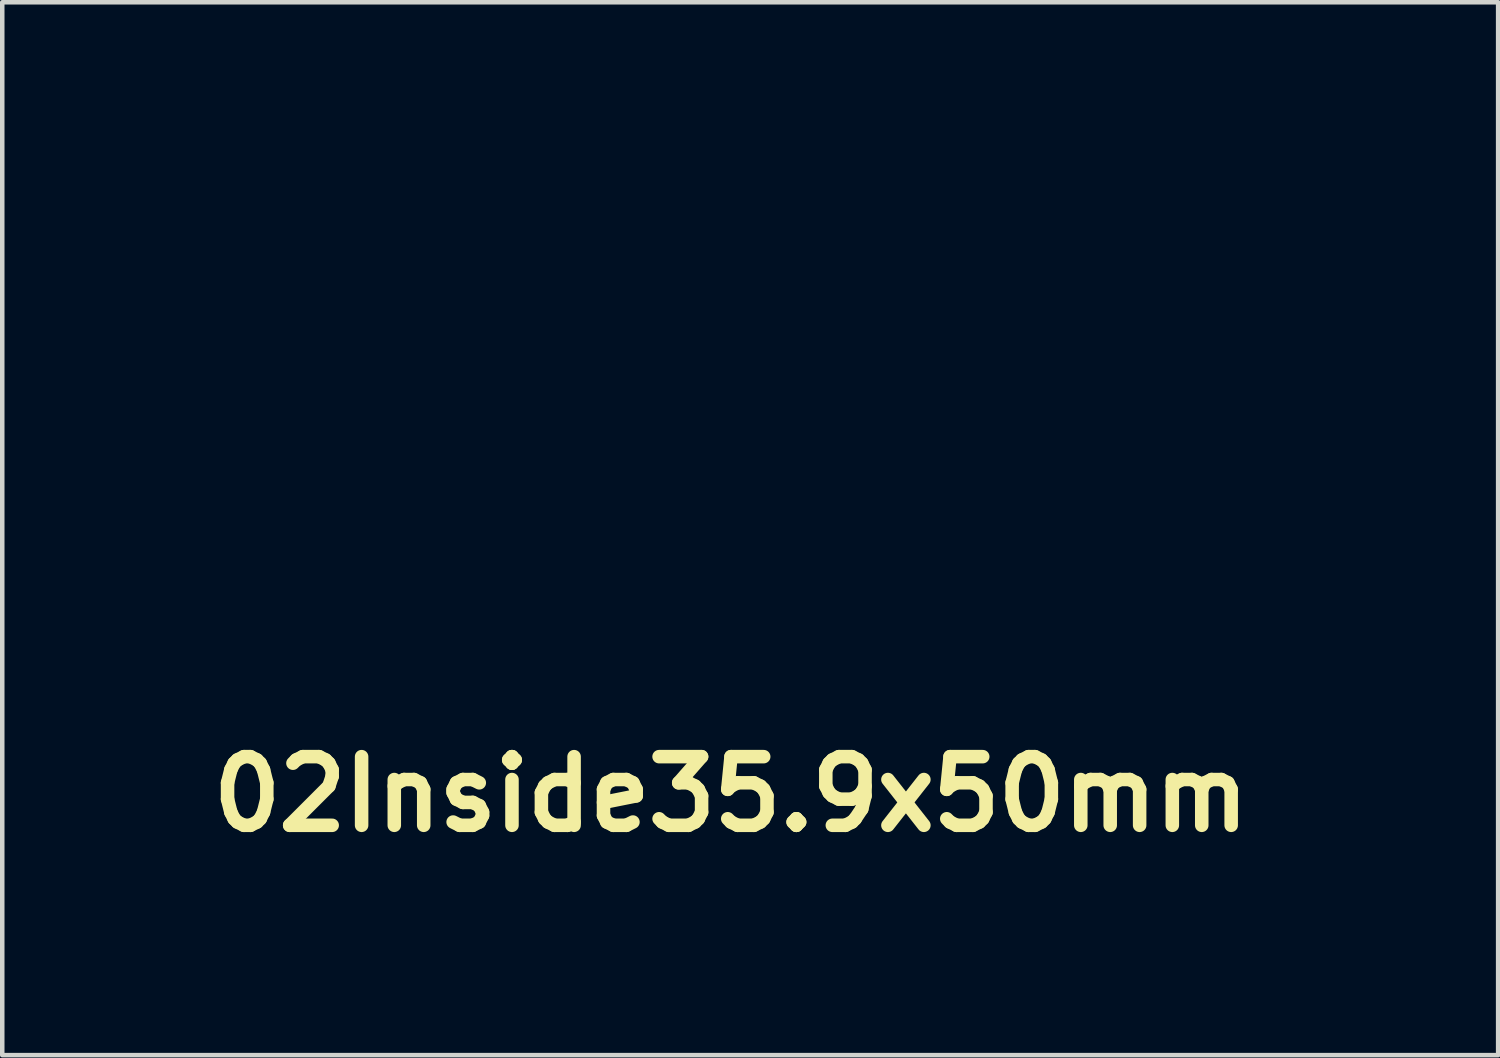
<source format=kicad_pcb>
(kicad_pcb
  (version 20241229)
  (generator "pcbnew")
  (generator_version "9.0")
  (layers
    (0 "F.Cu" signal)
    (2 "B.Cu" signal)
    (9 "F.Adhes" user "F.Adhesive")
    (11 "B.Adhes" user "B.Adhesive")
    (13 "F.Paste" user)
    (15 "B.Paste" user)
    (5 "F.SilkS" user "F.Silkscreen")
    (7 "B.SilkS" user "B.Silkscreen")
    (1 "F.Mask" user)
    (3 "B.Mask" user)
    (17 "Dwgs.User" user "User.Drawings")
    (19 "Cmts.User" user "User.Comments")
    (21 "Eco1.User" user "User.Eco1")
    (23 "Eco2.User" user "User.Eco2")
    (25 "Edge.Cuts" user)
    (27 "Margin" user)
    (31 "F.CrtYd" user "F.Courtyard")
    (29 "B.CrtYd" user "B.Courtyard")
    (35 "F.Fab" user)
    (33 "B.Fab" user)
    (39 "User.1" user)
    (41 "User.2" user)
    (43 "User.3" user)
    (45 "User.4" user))
  (footprint "02Inside35.9x50mm"
    (layer "F.Cu")
    (at 13.178 14.582)
    (property "Reference" "02Inside35.9x50mm" (at 0 0 0) (layer "F.SilkS") (effects (font (size 1.524 1.524) (thickness 0.3))))
    (attr board_only exclude_from_pos_files exclude_from_bom)
    (fp_poly (pts (xy 3.311 -14.509) (xy 4.023 -14.349) (xy 4.078 -14.331) (xy 4.339 -14.256) (xy 4.659 -14.177) (xy 4.828 -14.14) (xy 5.156 -14.041) (xy 5.491 -13.886) (xy 5.789 -13.702) (xy 6.003 -13.514) (xy 6.063 -13.429) (xy 6.187 -13.319) (xy 6.417 -13.283) (xy 6.437 -13.283) (xy 6.641 -13.27) (xy 6.772 -13.239) (xy 6.784 -13.231) (xy 6.76 -13.155) (xy 6.646 -13.009) (xy 6.494 -12.851) (xy 6.067 -12.378) (xy 5.709 -11.834) (xy 5.408 -11.2) (xy 5.157 -10.455) (xy 4.946 -9.579) (xy 4.931 -9.504) (xy 4.777 -8.786) (xy 4.62 -8.198) (xy 4.451 -7.711) (xy 4.257 -7.299) (xy 4.027 -6.937) (xy 3.75 -6.596) (xy 3.624 -6.461) (xy 3.363 -6.2) (xy 3.195 -6.062) (xy 3.118 -6.045) (xy 3.13 -6.151) (xy 3.228 -6.378) (xy 3.258 -6.439) (xy 3.426 -6.799) (xy 3.581 -7.191) (xy 3.729 -7.64) (xy 3.878 -8.17) (xy 4.036 -8.808) (xy 4.198 -9.515) (xy 4.316 -10.032) (xy 4.441 -10.549) (xy 4.563 -11.029) (xy 4.672 -11.429) (xy 4.747 -11.678) (xy 4.858 -12.017) (xy 4.926 -12.234) (xy 4.957 -12.358) (xy 4.956 -12.413) (xy 4.929 -12.428) (xy 4.895 -12.428) (xy 4.793 -12.352) (xy 4.669 -12.13) (xy 4.525 -11.767) (xy 4.365 -11.27) (xy 4.19 -10.647) (xy 4.059 -10.133) (xy 3.764 -9.036) (xy 3.435 -8.022) (xy 3.048 -7.02) (xy 2.716 -6.259) (xy 2.58 -5.984) (xy 2.478 -5.843) (xy 2.407 -5.841) (xy 2.362 -5.981) (xy 2.339 -6.268) (xy 2.333 -6.641) (xy 2.351 -7.191) (xy 2.407 -7.817) (xy 2.502 -8.536) (xy 2.639 -9.368) (xy 2.799 -10.214) (xy 2.945 -11.032) (xy 3.042 -11.746) (xy 3.089 -12.346) (xy 3.085 -12.82) (xy 3.048 -13.088) (xy 2.976 -13.399) (xy 2.92 -12.855) (xy 2.883 -12.566) (xy 2.825 -12.175) (xy 2.753 -11.731) (xy 2.675 -11.286) (xy 2.671 -11.263) (xy 2.583 -10.779) (xy 2.487 -10.255) (xy 2.397 -9.758) (xy 2.33 -9.385) (xy 2.264 -8.971) (xy 2.197 -8.467) (xy 2.137 -7.939) (xy 2.094 -7.482) (xy 2.044 -6.861) (xy 1.997 -6.312) (xy 1.956 -5.85) (xy 1.921 -5.49) (xy 1.895 -5.249) (xy 1.878 -5.14) (xy 1.875 -5.139) (xy 1.692 -6.072) (xy 1.555 -6.886) (xy 1.461 -7.61) (xy 1.409 -8.272) (xy 1.396 -8.902) (xy 1.421 -9.529) (xy 1.481 -10.181) (xy 1.515 -10.464) (xy 1.594 -11.226) (xy 1.611 -11.889) (xy 1.566 -12.502) (xy 1.455 -13.111) (xy 1.361 -13.476) (xy 1.275 -13.797) (xy 1.208 -14.069) (xy 1.17 -14.253) (xy 1.165 -14.299) (xy 1.201 -14.367) (xy 1.324 -14.424) (xy 1.559 -14.477) (xy 1.83 -14.522) (xy 2.556 -14.568)) (stroke (width 0) (type solid)) (fill yes) (layer "F.Mask"))
    (fp_poly (pts (xy 9.108 -11.397) (xy 9.217 -11.069) (xy 9.723 -11.046) (xy 10.23 -11.023) (xy 10.41 -10.64) (xy 10.523 -10.417) (xy 10.635 -10.283) (xy 10.792 -10.205) (xy 11.044 -10.147) (xy 11.128 -10.132) (xy 11.335 -10.072) (xy 11.438 -9.963) (xy 11.466 -9.875) (xy 11.547 -9.518) (xy 11.616 -9.283) (xy 11.698 -9.139) (xy 11.819 -9.058) (xy 12.005 -9.01) (xy 12.253 -8.97) (xy 12.429 -8.936) (xy 12.533 -8.879) (xy 12.575 -8.767) (xy 12.567 -8.568) (xy 12.52 -8.251) (xy 12.514 -8.218) (xy 12.454 -7.853) (xy 12.877 -7.681) (xy 13.222 -7.521) (xy 13.431 -7.368) (xy 13.521 -7.201) (xy 13.509 -7.001) (xy 13.498 -6.96) (xy 13.42 -6.706) (xy 12.906 -6.848) (xy 12.399 -6.946) (xy 11.835 -6.986) (xy 11.278 -6.967) (xy 10.789 -6.888) (xy 10.714 -6.867) (xy 10.383 -6.756) (xy 10.042 -6.61) (xy 9.665 -6.414) (xy 9.228 -6.156) (xy 8.706 -5.822) (xy 8.428 -5.638) (xy 8.036 -5.382) (xy 7.647 -5.139) (xy 7.298 -4.93) (xy 7.026 -4.778) (xy 6.952 -4.74) (xy 6.54 -4.587) (xy 6.039 -4.465) (xy 5.512 -4.386) (xy 5.025 -4.363) (xy 4.946 -4.366) (xy 4.719 -4.376) (xy 4.395 -4.389) (xy 4.03 -4.403) (xy 3.898 -4.408) (xy 3.557 -4.423) (xy 3.345 -4.444) (xy 3.234 -4.476) (xy 3.198 -4.526) (xy 3.2 -4.565) (xy 3.241 -4.624) (xy 3.355 -4.682) (xy 3.561 -4.748) (xy 3.878 -4.825) (xy 4.325 -4.921) (xy 4.438 -4.945) (xy 5.057 -5.08) (xy 5.557 -5.216) (xy 5.972 -5.369) (xy 6.337 -5.558) (xy 6.686 -5.798) (xy 7.055 -6.108) (xy 7.364 -6.396) (xy 7.89 -6.871) (xy 8.369 -7.242) (xy 8.839 -7.531) (xy 9.337 -7.764) (xy 9.671 -7.888) (xy 10.062 -8.033) (xy 10.305 -8.142) (xy 10.4 -8.212) (xy 10.35 -8.238) (xy 10.159 -8.217) (xy 9.828 -8.145) (xy 9.553 -8.073) (xy 8.975 -7.889) (xy 8.485 -7.674) (xy 8.035 -7.399) (xy 7.578 -7.037) (xy 7.282 -6.768) (xy 6.825 -6.354) (xy 6.433 -6.042) (xy 6.076 -5.809) (xy 5.723 -5.634) (xy 5.512 -5.553) (xy 5.329 -5.501) (xy 5.035 -5.433) (xy 4.666 -5.355) (xy 4.257 -5.274) (xy 3.842 -5.196) (xy 3.459 -5.129) (xy 3.142 -5.079) (xy 2.927 -5.053) (xy 2.876 -5.05) (xy 2.841 -5.078) (xy 2.924 -5.15) (xy 3.1 -5.254) (xy 3.343 -5.376) (xy 3.627 -5.503) (xy 3.927 -5.623) (xy 4.194 -5.716) (xy 4.986 -6.01) (xy 5.65 -6.358) (xy 6.208 -6.774) (xy 6.4 -6.955) (xy 6.732 -7.323) (xy 7.013 -7.718) (xy 7.255 -8.163) (xy 7.469 -8.683) (xy 7.664 -9.301) (xy 7.852 -10.042) (xy 7.918 -10.331) (xy 8.037 -10.795) (xy 8.172 -11.131) (xy 8.338 -11.367) (xy 8.553 -11.533) (xy 8.713 -11.61) (xy 8.998 -11.726)) (stroke (width 0) (type solid)) (fill yes) (layer "F.Mask"))
    (fp_poly (pts (xy -8.095 -11.624) (xy -7.929 -11.59) (xy -7.793 -11.535) (xy -7.677 -11.442) (xy -7.573 -11.294) (xy -7.471 -11.071) (xy -7.363 -10.757) (xy -7.239 -10.334) (xy -7.089 -9.785) (xy -7.029 -9.559) (xy -6.824 -8.852) (xy -6.612 -8.272) (xy -6.38 -7.792) (xy -6.115 -7.383) (xy -5.854 -7.073) (xy -5.351 -6.616) (xy -4.756 -6.238) (xy -4.042 -5.924) (xy -3.943 -5.888) (xy -3.659 -5.779) (xy -3.336 -5.641) (xy -3.002 -5.489) (xy -2.685 -5.336) (xy -2.414 -5.197) (xy -2.217 -5.084) (xy -2.124 -5.013) (xy -2.122 -4.998) (xy -2.21 -4.998) (xy -2.419 -5.028) (xy -2.721 -5.082) (xy -3.084 -5.153) (xy -3.481 -5.235) (xy -3.881 -5.323) (xy -4.255 -5.41) (xy -4.573 -5.489) (xy -4.805 -5.555) (xy -4.875 -5.579) (xy -5.244 -5.748) (xy -5.634 -5.989) (xy -6.069 -6.318) (xy -6.574 -6.753) (xy -6.58 -6.758) (xy -7.313 -7.337) (xy -8.06 -7.772) (xy -8.812 -8.056) (xy -8.889 -8.077) (xy -9.296 -8.174) (xy -9.57 -8.222) (xy -9.726 -8.222) (xy -9.776 -8.174) (xy -9.771 -8.146) (xy -9.688 -8.087) (xy -9.49 -8.004) (xy -9.215 -7.91) (xy -9.085 -7.872) (xy -8.592 -7.719) (xy -8.184 -7.557) (xy -7.823 -7.364) (xy -7.47 -7.117) (xy -7.085 -6.791) (xy -6.752 -6.48) (xy -6.231 -6.01) (xy -5.758 -5.652) (xy -5.299 -5.384) (xy -4.818 -5.189) (xy -4.28 -5.046) (xy -4.078 -5.006) (xy -3.701 -4.932) (xy -3.324 -4.849) (xy -3.014 -4.773) (xy -2.952 -4.756) (xy -2.524 -4.635) (xy -2.952 -4.527) (xy -3.339 -4.456) (xy -3.813 -4.408) (xy -4.326 -4.384) (xy -4.831 -4.385) (xy -5.279 -4.413) (xy -5.622 -4.468) (xy -5.624 -4.469) (xy -6.228 -4.672) (xy -6.826 -4.981) (xy -7.446 -5.411) (xy -7.718 -5.631) (xy -8.3 -6.073) (xy -8.895 -6.447) (xy -9.471 -6.732) (xy -9.992 -6.909) (xy -10.015 -6.915) (xy -10.268 -6.949) (xy -10.632 -6.968) (xy -11.063 -6.971) (xy -11.517 -6.96) (xy -11.951 -6.936) (xy -12.32 -6.899) (xy -12.525 -6.865) (xy -12.679 -6.849) (xy -12.734 -6.915) (xy -12.739 -6.987) (xy -12.7 -7.21) (xy -12.568 -7.389) (xy -12.316 -7.553) (xy -12.205 -7.608) (xy -11.943 -7.744) (xy -11.805 -7.869) (xy -11.765 -8.02) (xy -11.801 -8.236) (xy -11.804 -8.247) (xy -11.884 -8.571) (xy -11.925 -8.773) (xy -11.93 -8.882) (xy -11.9 -8.926) (xy -11.851 -8.933) (xy -11.712 -8.948) (xy -11.485 -8.988) (xy -11.349 -9.016) (xy -10.961 -9.099) (xy -10.866 -9.54) (xy -10.811 -9.783) (xy -10.767 -9.955) (xy -10.748 -10.011) (xy -10.665 -10.041) (xy -10.476 -10.088) (xy -10.281 -10.13) (xy -10.031 -10.185) (xy -9.886 -10.25) (xy -9.798 -10.364) (xy -9.721 -10.566) (xy -9.708 -10.605) (xy -9.578 -10.991) (xy -8.554 -10.991) (xy -8.459 -11.329) (xy -8.394 -11.536) (xy -8.324 -11.628) (xy -8.205 -11.64)) (stroke (width 0) (type solid)) (fill yes) (layer "F.Mask"))
    (fp_poly (pts (xy 11.289 -4.458) (xy 11.622 -4.402) (xy 11.919 -4.325) (xy 12.29 -4.208) (xy 12.697 -4.066) (xy 13.103 -3.913) (xy 13.471 -3.762) (xy 13.764 -3.627) (xy 13.942 -3.525) (xy 14.029 -3.438) (xy 14.013 -3.366) (xy 13.878 -3.297) (xy 13.61 -3.222) (xy 13.47 -3.19) (xy 13.24 -3.132) (xy 13.088 -3.082) (xy 13.05 -3.057) (xy 13.092 -2.98) (xy 13.203 -2.81) (xy 13.362 -2.581) (xy 13.404 -2.522) (xy 13.758 -2.025) (xy 13.368 -1.809) (xy 12.977 -1.592) (xy 13.022 -1.197) (xy 13.036 -0.959) (xy 12.995 -0.788) (xy 12.874 -0.644) (xy 12.646 -0.487) (xy 12.543 -0.424) (xy 12.458 -0.358) (xy 12.454 -0.272) (xy 12.529 -0.109) (xy 12.534 -0.098) (xy 12.619 0.085) (xy 12.66 0.211) (xy 12.661 0.22) (xy 12.594 0.282) (xy 12.419 0.373) (xy 12.188 0.469) (xy 11.938 0.575) (xy 11.752 0.678) (xy 11.675 0.749) (xy 11.676 0.878) (xy 11.722 1.091) (xy 11.76 1.216) (xy 11.832 1.43) (xy 11.877 1.571) (xy 11.884 1.601) (xy 11.816 1.624) (xy 11.641 1.657) (xy 11.535 1.674) (xy 11.341 1.709) (xy 11.234 1.763) (xy 11.202 1.872) (xy 11.234 2.067) (xy 11.302 2.33) (xy 11.364 2.565) (xy 11.406 2.728) (xy 11.417 2.777) (xy 11.391 2.791) (xy 11.292 2.777) (xy 11.092 2.729) (xy 10.875 2.672) (xy 10.438 2.518) (xy 10.023 2.286) (xy 9.613 1.965) (xy 9.192 1.537) (xy 8.743 0.991) (xy 8.368 0.478) (xy 7.981 -0.06) (xy 7.652 -0.487) (xy 7.359 -0.824) (xy 7.078 -1.095) (xy 6.786 -1.319) (xy 6.46 -1.518) (xy 6.078 -1.715) (xy 5.987 -1.759) (xy 5.396 -2.042) (xy 4.825 -2.321) (xy 4.29 -2.586) (xy 3.809 -2.83) (xy 3.4 -3.042) (xy 3.08 -3.214) (xy 2.868 -3.337) (xy 2.781 -3.398) (xy 2.782 -3.438) (xy 2.916 -3.401) (xy 3.184 -3.288) (xy 3.586 -3.098) (xy 3.991 -2.898) (xy 4.487 -2.669) (xy 4.972 -2.494) (xy 5.483 -2.364) (xy 6.059 -2.268) (xy 6.74 -2.199) (xy 6.964 -2.182) (xy 7.809 -2.101) (xy 8.524 -1.983) (xy 9.13 -1.823) (xy 9.649 -1.617) (xy 9.794 -1.544) (xy 10.059 -1.414) (xy 10.233 -1.351) (xy 10.304 -1.355) (xy 10.259 -1.426) (xy 10.104 -1.549) (xy 9.804 -1.73) (xy 9.407 -1.924) (xy 8.969 -2.106) (xy 8.543 -2.253) (xy 8.425 -2.287) (xy 8.174 -2.338) (xy 7.812 -2.391) (xy 7.383 -2.44) (xy 6.933 -2.479) (xy 6.835 -2.485) (xy 6.386 -2.521) (xy 5.948 -2.567) (xy 5.567 -2.618) (xy 5.287 -2.669) (xy 5.243 -2.679) (xy 5.007 -2.752) (xy 4.727 -2.855) (xy 4.437 -2.974) (xy 4.169 -3.094) (xy 3.958 -3.2) (xy 3.837 -3.277) (xy 3.824 -3.306) (xy 3.905 -3.296) (xy 4.1 -3.245) (xy 4.375 -3.164) (xy 4.567 -3.104) (xy 5.31 -2.918) (xy 5.985 -2.863) (xy 6.609 -2.942) (xy 7.199 -3.157) (xy 7.653 -3.422) (xy 8.004 -3.64) (xy 8.393 -3.834) (xy 8.859 -4.022) (xy 9.44 -4.219) (xy 9.466 -4.228) (xy 10.131 -4.404) (xy 10.725 -4.48)) (stroke (width 0) (type solid)) (fill yes) (layer "F.Mask"))
    (fp_poly (pts (xy -9.522 -4.372) (xy -9.038 -4.266) (xy -8.786 -4.177) (xy -8.432 -4.034) (xy -8.012 -3.854) (xy -7.563 -3.651) (xy -7.267 -3.512) (xy -6.82 -3.299) (xy -6.482 -3.143) (xy -6.223 -3.036) (xy -6.012 -2.966) (xy -5.818 -2.926) (xy -5.612 -2.903) (xy -5.362 -2.89) (xy -5.326 -2.888) (xy -4.938 -2.879) (xy -4.636 -2.899) (xy -4.352 -2.956) (xy -4.039 -3.051) (xy -3.719 -3.152) (xy -3.419 -3.237) (xy -3.2 -3.289) (xy -3.185 -3.292) (xy -3.062 -3.307) (xy -3.049 -3.287) (xy -3.157 -3.221) (xy -3.384 -3.106) (xy -3.809 -2.931) (xy -4.328 -2.782) (xy -4.956 -2.655) (xy -5.71 -2.547) (xy -6.564 -2.459) (xy -7.183 -2.397) (xy -7.67 -2.332) (xy -8.045 -2.26) (xy -8.331 -2.177) (xy -8.351 -2.17) (xy -8.628 -2.051) (xy -8.936 -1.894) (xy -9.234 -1.721) (xy -9.484 -1.557) (xy -9.647 -1.424) (xy -9.679 -1.385) (xy -9.705 -1.292) (xy -9.619 -1.275) (xy -9.415 -1.335) (xy -9.085 -1.474) (xy -8.952 -1.536) (xy -8.473 -1.749) (xy -8.053 -1.906) (xy -7.646 -2.018) (xy -7.204 -2.095) (xy -6.681 -2.151) (xy -6.331 -2.176) (xy -5.377 -2.273) (xy -4.534 -2.437) (xy -3.769 -2.677) (xy -3.048 -3.002) (xy -2.706 -3.192) (xy -2.45 -3.336) (xy -2.218 -3.453) (xy -2.098 -3.504) (xy -2.003 -3.528) (xy -2.009 -3.49) (xy -2.125 -3.376) (xy -2.206 -3.302) (xy -2.472 -3.104) (xy -2.847 -2.875) (xy -3.295 -2.636) (xy -3.778 -2.405) (xy -4.257 -2.201) (xy -4.632 -2.065) (xy -5.225 -1.838) (xy -5.751 -1.563) (xy -6.233 -1.219) (xy -6.695 -0.786) (xy -7.163 -0.245) (xy -7.62 0.369) (xy -7.87 0.717) (xy -8.111 1.044) (xy -8.317 1.316) (xy -8.463 1.498) (xy -8.478 1.516) (xy -8.693 1.721) (xy -8.991 1.956) (xy -9.334 2.195) (xy -9.687 2.416) (xy -10.01 2.593) (xy -10.267 2.702) (xy -10.338 2.72) (xy -10.532 2.748) (xy -10.618 2.723) (xy -10.638 2.622) (xy -10.638 2.572) (xy -10.621 2.363) (xy -10.583 2.102) (xy -10.572 2.045) (xy -10.55 1.832) (xy -10.603 1.708) (xy -10.758 1.649) (xy -11.04 1.632) (xy -11.048 1.632) (xy -11.261 1.631) (xy -11.066 1.19) (xy -10.961 0.931) (xy -10.927 0.777) (xy -10.957 0.696) (xy -10.97 0.687) (xy -11.088 0.629) (xy -11.117 0.623) (xy -11.209 0.593) (xy -11.398 0.517) (xy -11.602 0.428) (xy -12.039 0.235) (xy -11.884 -0.018) (xy -11.784 -0.196) (xy -11.732 -0.316) (xy -11.729 -0.329) (xy -11.789 -0.4) (xy -11.943 -0.516) (xy -12.059 -0.592) (xy -12.254 -0.714) (xy -12.385 -0.799) (xy -12.415 -0.82) (xy -12.401 -0.896) (xy -12.338 -1.069) (xy -12.278 -1.211) (xy -12.19 -1.416) (xy -12.166 -1.548) (xy -12.225 -1.648) (xy -12.384 -1.752) (xy -12.598 -1.866) (xy -12.789 -1.98) (xy -12.916 -2.077) (xy -12.933 -2.098) (xy -12.914 -2.194) (xy -12.814 -2.37) (xy -12.659 -2.584) (xy -12.336 -2.99) (xy -12.712 -3.164) (xy -12.939 -3.268) (xy -13.11 -3.345) (xy -13.166 -3.369) (xy -13.178 -3.427) (xy -13.071 -3.528) (xy -12.869 -3.66) (xy -12.597 -3.809) (xy -12.282 -3.962) (xy -11.947 -4.106) (xy -11.619 -4.228) (xy -11.368 -4.304) (xy -10.788 -4.402) (xy -10.15 -4.425)) (stroke (width 0) (type solid)) (fill yes) (layer "F.Mask"))
    (fp_poly (pts (xy -1.651 -14.58) (xy -1.369 -14.548) (xy -1.25 -14.529) (xy -0.957 -14.478) (xy -0.719 -14.431) (xy -0.581 -14.397) (xy -0.574 -14.395) (xy -0.523 -14.349) (xy -0.507 -14.25) (xy -0.527 -14.075) (xy -0.588 -13.804) (xy -0.692 -13.414) (xy -0.748 -13.216) (xy -0.895 -12.454) (xy -0.93 -11.627) (xy -0.852 -10.778) (xy -0.806 -10.525) (xy -0.697 -9.695) (xy -0.682 -8.776) (xy -0.76 -7.802) (xy -0.876 -7.069) (xy -0.958 -6.635) (xy -1.035 -6.21) (xy -1.099 -5.84) (xy -1.142 -5.572) (xy -1.144 -5.554) (xy -1.182 -5.308) (xy -1.21 -5.199) (xy -1.237 -5.213) (xy -1.269 -5.321) (xy -1.291 -5.471) (xy -1.317 -5.747) (xy -1.345 -6.12) (xy -1.372 -6.561) (xy -1.395 -7.03) (xy -1.43 -7.68) (xy -1.476 -8.235) (xy -1.538 -8.757) (xy -1.626 -9.304) (xy -1.745 -9.939) (xy -1.746 -9.943) (xy -1.857 -10.549) (xy -1.957 -11.18) (xy -2.038 -11.781) (xy -2.093 -12.299) (xy -2.102 -12.421) (xy -2.131 -12.807) (xy -2.161 -13.134) (xy -2.187 -13.372) (xy -2.207 -13.492) (xy -2.211 -13.5) (xy -2.263 -13.464) (xy -2.338 -13.326) (xy -2.343 -13.313) (xy -2.411 -13.033) (xy -2.439 -12.633) (xy -2.426 -12.14) (xy -2.376 -11.584) (xy -2.29 -10.994) (xy -2.189 -10.486) (xy -2.094 -10.045) (xy -2.014 -9.628) (xy -1.945 -9.204) (xy -1.883 -8.744) (xy -1.823 -8.215) (xy -1.761 -7.589) (xy -1.703 -6.941) (xy -1.664 -6.435) (xy -1.651 -6.075) (xy -1.668 -5.857) (xy -1.717 -5.774) (xy -1.802 -5.818) (xy -1.926 -5.984) (xy -2.075 -6.233) (xy -2.212 -6.483) (xy -2.331 -6.726) (xy -2.441 -6.984) (xy -2.548 -7.279) (xy -2.659 -7.633) (xy -2.781 -8.067) (xy -2.922 -8.604) (xy -3.089 -9.264) (xy -3.135 -9.448) (xy -3.287 -10.033) (xy -3.442 -10.582) (xy -3.593 -11.079) (xy -3.736 -11.505) (xy -3.862 -11.843) (xy -3.968 -12.075) (xy -4.046 -12.184) (xy -4.076 -12.184) (xy -4.076 -12.096) (xy -4.036 -11.91) (xy -3.998 -11.774) (xy -3.947 -11.581) (xy -3.872 -11.266) (xy -3.78 -10.861) (xy -3.677 -10.396) (xy -3.572 -9.903) (xy -3.566 -9.875) (xy -3.35 -8.901) (xy -3.14 -8.071) (xy -2.932 -7.376) (xy -2.724 -6.805) (xy -2.553 -6.428) (xy -2.448 -6.201) (xy -2.39 -6.04) (xy -2.393 -5.981) (xy -2.515 -6.037) (xy -2.7 -6.186) (xy -2.918 -6.396) (xy -3.136 -6.637) (xy -3.323 -6.878) (xy -3.36 -6.932) (xy -3.526 -7.208) (xy -3.675 -7.511) (xy -3.816 -7.866) (xy -3.958 -8.299) (xy -4.109 -8.835) (xy -4.277 -9.489) (xy -4.444 -10.146) (xy -4.591 -10.677) (xy -4.731 -11.11) (xy -4.874 -11.472) (xy -5.032 -11.79) (xy -5.217 -12.092) (xy -5.441 -12.404) (xy -5.649 -12.67) (xy -5.836 -12.909) (xy -5.978 -13.102) (xy -6.053 -13.217) (xy -6.059 -13.233) (xy -5.989 -13.263) (xy -5.814 -13.28) (xy -5.714 -13.283) (xy -5.481 -13.299) (xy -5.361 -13.359) (xy -5.325 -13.424) (xy -5.241 -13.568) (xy -5.091 -13.745) (xy -5.053 -13.783) (xy -4.878 -13.918) (xy -4.666 -14) (xy -4.36 -14.05) (xy -4.336 -14.053) (xy -4.041 -14.101) (xy -3.783 -14.173) (xy -3.648 -14.235) (xy -3.49 -14.302) (xy -3.221 -14.378) (xy -2.883 -14.452) (xy -2.639 -14.495) (xy -2.231 -14.555) (xy -1.92 -14.582)) (stroke (width 0) (type solid)) (fill yes) (layer "F.Mask")))
  (gr_rect
    (start -3 -3)
    (end 30.208 20.374)
    (stroke (width 0.1) (type default))
    (fill no)
    (layer "Edge.Cuts")))
</source>
